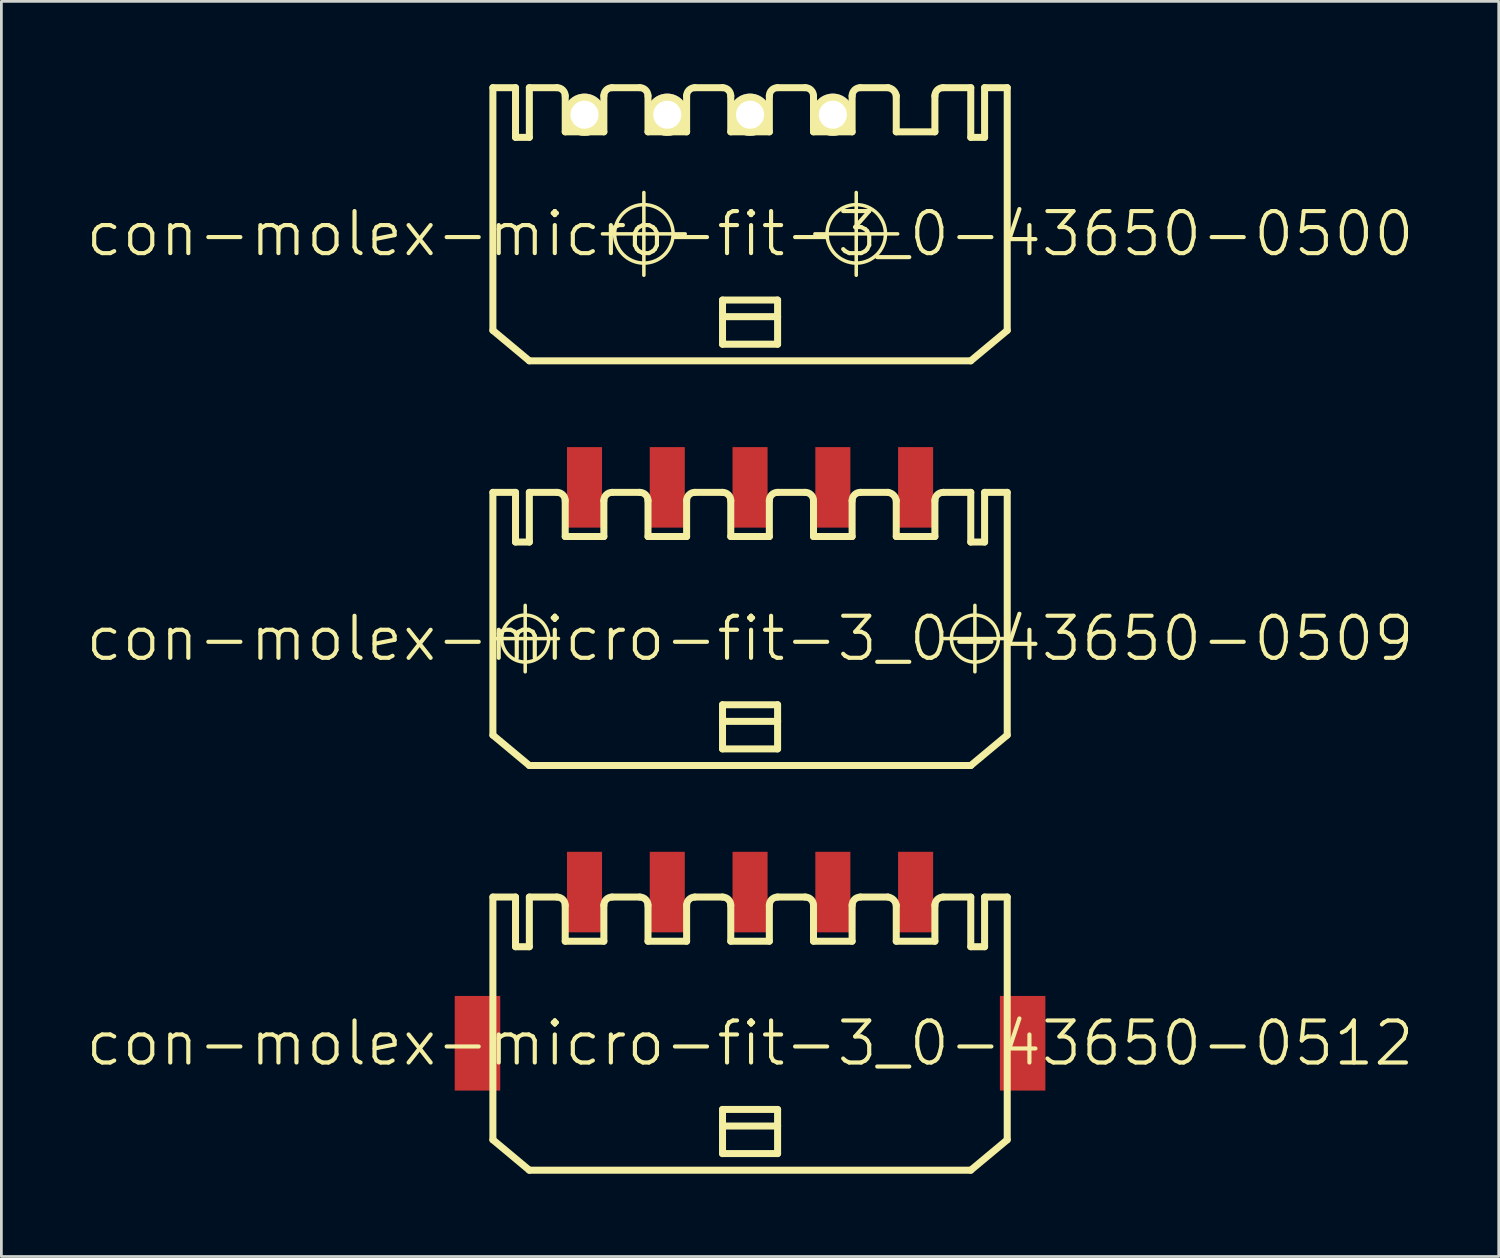
<source format=kicad_pcb>
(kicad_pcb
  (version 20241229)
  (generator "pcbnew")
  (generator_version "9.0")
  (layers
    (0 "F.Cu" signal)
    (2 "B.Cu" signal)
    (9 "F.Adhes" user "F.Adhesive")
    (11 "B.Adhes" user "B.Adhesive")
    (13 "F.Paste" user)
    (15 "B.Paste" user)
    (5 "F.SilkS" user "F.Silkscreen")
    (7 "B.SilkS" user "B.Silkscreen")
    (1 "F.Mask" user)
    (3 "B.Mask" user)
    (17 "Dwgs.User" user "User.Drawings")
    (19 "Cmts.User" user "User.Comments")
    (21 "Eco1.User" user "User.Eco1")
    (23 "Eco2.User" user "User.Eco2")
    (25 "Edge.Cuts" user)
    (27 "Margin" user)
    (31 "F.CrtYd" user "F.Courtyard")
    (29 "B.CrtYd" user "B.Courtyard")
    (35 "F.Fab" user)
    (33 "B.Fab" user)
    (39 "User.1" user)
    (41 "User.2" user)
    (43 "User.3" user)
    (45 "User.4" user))
  (footprint "con-molex-micro-fit-3_0-43650-0509"
    (layer "F.Cu")
    (at 24.13 20.09)
    (property "Reference" "con-molex-micro-fit-3_0-43650-0509" (at 0 0 0) (layer "F.SilkS") (effects (font (size 1.524 1.524) (thickness 0.15))))
    (attr smd)
    (fp_line (start -9.355 0) (end -6.944 0) (stroke (width 0.127) (type solid)) (layer "F.SilkS"))
    (fp_line (start -9.319 -5.298) (end -8.499 -5.298) (stroke (width 0.254) (type solid)) (layer "F.SilkS"))
    (fp_line (start -9.319 3.498) (end -9.319 -5.298) (stroke (width 0.254) (type solid)) (layer "F.SilkS"))
    (fp_line (start -9.319 3.498) (end -7.998 4.6) (stroke (width 0.254) (type solid)) (layer "F.SilkS"))
    (fp_line (start -8.499 -5.298) (end -8.499 -3.498) (stroke (width 0.254) (type solid)) (layer "F.SilkS"))
    (fp_line (start -8.499 -3.498) (end -7.998 -3.498) (stroke (width 0.254) (type solid)) (layer "F.SilkS"))
    (fp_line (start -8.148 1.204) (end -8.148 -1.204) (stroke (width 0.127) (type solid)) (layer "F.SilkS"))
    (fp_line (start -7.998 -5.298) (end -6.998 -5.298) (stroke (width 0.254) (type solid)) (layer "F.SilkS"))
    (fp_line (start -7.998 -3.498) (end -7.998 -5.298) (stroke (width 0.254) (type solid)) (layer "F.SilkS"))
    (fp_line (start -6.698 -3.698) (end -6.698 -4.999) (stroke (width 0.254) (type solid)) (layer "F.SilkS"))
    (fp_line (start -6.698 -3.698) (end -5.298 -3.698) (stroke (width 0.254) (type solid)) (layer "F.SilkS"))
    (fp_line (start -5.298 -3.698) (end -5.298 -4.999) (stroke (width 0.254) (type solid)) (layer "F.SilkS"))
    (fp_line (start -4.999 -5.298) (end -3.998 -5.298) (stroke (width 0.254) (type solid)) (layer "F.SilkS"))
    (fp_line (start -3.698 -3.698) (end -3.698 -4.999) (stroke (width 0.254) (type solid)) (layer "F.SilkS"))
    (fp_line (start -3.698 -3.698) (end -2.299 -3.698) (stroke (width 0.254) (type solid)) (layer "F.SilkS"))
    (fp_line (start -2.299 -3.698) (end -2.299 -4.999) (stroke (width 0.254) (type solid)) (layer "F.SilkS"))
    (fp_line (start -1.999 -5.298) (end -0.998 -5.298) (stroke (width 0.254) (type solid)) (layer "F.SilkS"))
    (fp_line (start -0.998 2.398) (end 0.998 2.398) (stroke (width 0.254) (type solid)) (layer "F.SilkS"))
    (fp_line (start -0.998 3) (end -0.998 2.398) (stroke (width 0.254) (type solid)) (layer "F.SilkS"))
    (fp_line (start -0.998 3) (end 0.998 3) (stroke (width 0.254) (type solid)) (layer "F.SilkS"))
    (fp_line (start -0.998 3.998) (end -0.998 3) (stroke (width 0.254) (type solid)) (layer "F.SilkS"))
    (fp_line (start -0.699 -3.698) (end -0.699 -4.999) (stroke (width 0.254) (type solid)) (layer "F.SilkS"))
    (fp_line (start -0.699 -3.698) (end 0.699 -3.698) (stroke (width 0.254) (type solid)) (layer "F.SilkS"))
    (fp_line (start 0.699 -3.698) (end 0.699 -4.999) (stroke (width 0.254) (type solid)) (layer "F.SilkS"))
    (fp_line (start 0.998 -5.298) (end 1.999 -5.298) (stroke (width 0.254) (type solid)) (layer "F.SilkS"))
    (fp_line (start 0.998 2.398) (end 0.998 3) (stroke (width 0.254) (type solid)) (layer "F.SilkS"))
    (fp_line (start 0.998 3) (end 0.998 3.998) (stroke (width 0.254) (type solid)) (layer "F.SilkS"))
    (fp_line (start 0.998 3.998) (end -0.998 3.998) (stroke (width 0.254) (type solid)) (layer "F.SilkS"))
    (fp_line (start 2.299 -3.698) (end 2.299 -4.999) (stroke (width 0.254) (type solid)) (layer "F.SilkS"))
    (fp_line (start 2.299 -3.698) (end 3.698 -3.698) (stroke (width 0.254) (type solid)) (layer "F.SilkS"))
    (fp_line (start 3.698 -3.698) (end 3.698 -4.999) (stroke (width 0.254) (type solid)) (layer "F.SilkS"))
    (fp_line (start 3.998 -5.298) (end 4.999 -5.298) (stroke (width 0.254) (type solid)) (layer "F.SilkS"))
    (fp_line (start 5.298 -4.999) (end 5.298 -3.698) (stroke (width 0.254) (type solid)) (layer "F.SilkS"))
    (fp_line (start 5.298 -3.698) (end 6.698 -3.698) (stroke (width 0.254) (type solid)) (layer "F.SilkS"))
    (fp_line (start 6.698 -3.698) (end 6.698 -4.999) (stroke (width 0.254) (type solid)) (layer "F.SilkS"))
    (fp_line (start 6.944 0) (end 9.355 0) (stroke (width 0.127) (type solid)) (layer "F.SilkS"))
    (fp_line (start 6.998 -5.298) (end 7.998 -5.298) (stroke (width 0.254) (type solid)) (layer "F.SilkS"))
    (fp_line (start 7.998 -3.498) (end 7.998 -5.298) (stroke (width 0.254) (type solid)) (layer "F.SilkS"))
    (fp_line (start 7.998 4.6) (end -7.998 4.6) (stroke (width 0.254) (type solid)) (layer "F.SilkS"))
    (fp_line (start 8.148 1.204) (end 8.148 -1.204) (stroke (width 0.127) (type solid)) (layer "F.SilkS"))
    (fp_line (start 8.499 -5.298) (end 8.499 -3.498) (stroke (width 0.254) (type solid)) (layer "F.SilkS"))
    (fp_line (start 8.499 -5.298) (end 9.319 -5.298) (stroke (width 0.254) (type solid)) (layer "F.SilkS"))
    (fp_line (start 8.499 -3.498) (end 7.998 -3.498) (stroke (width 0.254) (type solid)) (layer "F.SilkS"))
    (fp_line (start 9.319 -5.298) (end 9.319 3.498) (stroke (width 0.254) (type solid)) (layer "F.SilkS"))
    (fp_line (start 9.319 3.498) (end 7.998 4.6) (stroke (width 0.254) (type solid)) (layer "F.SilkS"))
    (fp_arc (start -6.9977 -5.29844) (mid -6.785766 -5.210654) (end -6.69798 -4.99872) (stroke (width 0.254) (type solid)) (layer "F.SilkS"))
    (fp_arc (start -5.29844 -4.99872) (mid -5.210654 -5.210654) (end -4.99872 -5.29844) (stroke (width 0.254) (type solid)) (layer "F.SilkS"))
    (fp_arc (start -3.99796 -5.29844) (mid -3.786026 -5.210654) (end -3.69824 -4.99872) (stroke (width 0.254) (type solid)) (layer "F.SilkS"))
    (fp_arc (start -2.2987 -4.99872) (mid -2.210914 -5.210654) (end -1.99898 -5.29844) (stroke (width 0.254) (type solid)) (layer "F.SilkS"))
    (fp_arc (start -0.99822 -5.29844) (mid -0.786286 -5.210654) (end -0.6985 -4.99872) (stroke (width 0.254) (type solid)) (layer "F.SilkS"))
    (fp_arc (start 0.6985 -4.99872) (mid 0.786286 -5.210654) (end 0.99822 -5.29844) (stroke (width 0.254) (type solid)) (layer "F.SilkS"))
    (fp_arc (start 1.99898 -5.29844) (mid 2.210914 -5.210654) (end 2.2987 -4.99872) (stroke (width 0.254) (type solid)) (layer "F.SilkS"))
    (fp_arc (start 3.69824 -4.99872) (mid 3.786026 -5.210654) (end 3.99796 -5.29844) (stroke (width 0.254) (type solid)) (layer "F.SilkS"))
    (fp_arc (start 4.99872 -5.29844) (mid 5.198785 -5.197943) (end 5.298609 -4.997541) (stroke (width 0.254) (type solid)) (layer "F.SilkS"))
    (fp_arc (start 6.69798 -4.99872) (mid 6.785766 -5.210654) (end 6.9977 -5.29844) (stroke (width 0.254) (type solid)) (layer "F.SilkS"))
    (fp_circle (center -8.148 0) (end -8.75 0.602) (stroke (width 0.127) (type solid)) (fill no) (layer "F.SilkS"))
    (fp_circle (center 8.148 0) (end 8.75 0.602) (stroke (width 0.127) (type solid)) (fill no) (layer "F.SilkS"))
    (pad "P$1" smd rect (at 5.999 -5.479) (size 1.27 2.918) (layers "F.Cu" "F.Mask" "F.Paste"))
    (pad "P$2" smd rect (at 3 -5.479) (size 1.27 2.918) (layers "F.Cu" "F.Mask" "F.Paste"))
    (pad "P$3" smd rect (at 0 -5.479) (size 1.27 2.918) (layers "F.Cu" "F.Mask" "F.Paste"))
    (pad "P$4" smd rect (at -3 -5.479) (size 1.27 2.918) (layers "F.Cu" "F.Mask" "F.Paste"))
    (pad "P$5" smd rect (at -5.999 -5.479) (size 1.27 2.918) (layers "F.Cu" "F.Mask" "F.Paste")))
  (footprint "con-molex-micro-fit-3_0-43650-0500"
    (layer "F.Cu")
    (at 24.13 5.425)
    (property "Reference" "con-molex-micro-fit-3_0-43650-0500" (at 0 0 0) (layer "F.SilkS") (effects (font (size 1.524 1.524) (thickness 0.15))))
    (attr exclude_from_pos_files exclude_from_bom)
    (fp_line (start -9.319 -5.298) (end -8.499 -5.298) (stroke (width 0.254) (type solid)) (layer "F.SilkS"))
    (fp_line (start -9.319 3.498) (end -9.319 -5.298) (stroke (width 0.254) (type solid)) (layer "F.SilkS"))
    (fp_line (start -9.319 3.498) (end -7.998 4.6) (stroke (width 0.254) (type solid)) (layer "F.SilkS"))
    (fp_line (start -8.499 -5.298) (end -8.499 -3.498) (stroke (width 0.254) (type solid)) (layer "F.SilkS"))
    (fp_line (start -8.499 -3.498) (end -7.998 -3.498) (stroke (width 0.254) (type solid)) (layer "F.SilkS"))
    (fp_line (start -7.998 -5.298) (end -6.998 -5.298) (stroke (width 0.254) (type solid)) (layer "F.SilkS"))
    (fp_line (start -7.998 -3.498) (end -7.998 -5.298) (stroke (width 0.254) (type solid)) (layer "F.SilkS"))
    (fp_line (start -6.698 -3.698) (end -6.698 -4.999) (stroke (width 0.254) (type solid)) (layer "F.SilkS"))
    (fp_line (start -6.698 -3.698) (end -5.298 -3.698) (stroke (width 0.254) (type solid)) (layer "F.SilkS"))
    (fp_line (start -5.349 0) (end -2.349 0) (stroke (width 0.127) (type solid)) (layer "F.SilkS"))
    (fp_line (start -5.298 -3.698) (end -5.298 -4.999) (stroke (width 0.254) (type solid)) (layer "F.SilkS"))
    (fp_line (start -4.999 -5.298) (end -3.998 -5.298) (stroke (width 0.254) (type solid)) (layer "F.SilkS"))
    (fp_line (start -3.848 1.499) (end -3.848 -1.499) (stroke (width 0.127) (type solid)) (layer "F.SilkS"))
    (fp_line (start -3.698 -3.698) (end -3.698 -4.999) (stroke (width 0.254) (type solid)) (layer "F.SilkS"))
    (fp_line (start -3.698 -3.698) (end -2.299 -3.698) (stroke (width 0.254) (type solid)) (layer "F.SilkS"))
    (fp_line (start -2.299 -3.698) (end -2.299 -4.999) (stroke (width 0.254) (type solid)) (layer "F.SilkS"))
    (fp_line (start -1.999 -5.298) (end -0.998 -5.298) (stroke (width 0.254) (type solid)) (layer "F.SilkS"))
    (fp_line (start -0.998 2.398) (end 0.998 2.398) (stroke (width 0.254) (type solid)) (layer "F.SilkS"))
    (fp_line (start -0.998 3) (end -0.998 2.398) (stroke (width 0.254) (type solid)) (layer "F.SilkS"))
    (fp_line (start -0.998 3) (end 0.998 3) (stroke (width 0.254) (type solid)) (layer "F.SilkS"))
    (fp_line (start -0.998 3.998) (end -0.998 3) (stroke (width 0.254) (type solid)) (layer "F.SilkS"))
    (fp_line (start -0.699 -3.698) (end -0.699 -4.999) (stroke (width 0.254) (type solid)) (layer "F.SilkS"))
    (fp_line (start -0.699 -3.698) (end 0.699 -3.698) (stroke (width 0.254) (type solid)) (layer "F.SilkS"))
    (fp_line (start 0.699 -3.698) (end 0.699 -4.999) (stroke (width 0.254) (type solid)) (layer "F.SilkS"))
    (fp_line (start 0.998 -5.298) (end 1.999 -5.298) (stroke (width 0.254) (type solid)) (layer "F.SilkS"))
    (fp_line (start 0.998 2.398) (end 0.998 3) (stroke (width 0.254) (type solid)) (layer "F.SilkS"))
    (fp_line (start 0.998 3) (end 0.998 3.998) (stroke (width 0.254) (type solid)) (layer "F.SilkS"))
    (fp_line (start 0.998 3.998) (end -0.998 3.998) (stroke (width 0.254) (type solid)) (layer "F.SilkS"))
    (fp_line (start 2.299 -3.698) (end 2.299 -4.999) (stroke (width 0.254) (type solid)) (layer "F.SilkS"))
    (fp_line (start 2.299 -3.698) (end 3.698 -3.698) (stroke (width 0.254) (type solid)) (layer "F.SilkS"))
    (fp_line (start 2.349 0) (end 5.349 0) (stroke (width 0.127) (type solid)) (layer "F.SilkS"))
    (fp_line (start 3.698 -3.698) (end 3.698 -4.999) (stroke (width 0.254) (type solid)) (layer "F.SilkS"))
    (fp_line (start 3.848 1.499) (end 3.848 -1.499) (stroke (width 0.127) (type solid)) (layer "F.SilkS"))
    (fp_line (start 3.998 -5.298) (end 4.999 -5.298) (stroke (width 0.254) (type solid)) (layer "F.SilkS"))
    (fp_line (start 5.298 -4.999) (end 5.298 -3.698) (stroke (width 0.254) (type solid)) (layer "F.SilkS"))
    (fp_line (start 5.298 -3.698) (end 6.698 -3.698) (stroke (width 0.254) (type solid)) (layer "F.SilkS"))
    (fp_line (start 6.698 -3.698) (end 6.698 -4.999) (stroke (width 0.254) (type solid)) (layer "F.SilkS"))
    (fp_line (start 6.998 -5.298) (end 7.998 -5.298) (stroke (width 0.254) (type solid)) (layer "F.SilkS"))
    (fp_line (start 7.998 -3.498) (end 7.998 -5.298) (stroke (width 0.254) (type solid)) (layer "F.SilkS"))
    (fp_line (start 7.998 4.6) (end -7.998 4.6) (stroke (width 0.254) (type solid)) (layer "F.SilkS"))
    (fp_line (start 8.499 -5.298) (end 8.499 -3.498) (stroke (width 0.254) (type solid)) (layer "F.SilkS"))
    (fp_line (start 8.499 -5.298) (end 9.319 -5.298) (stroke (width 0.254) (type solid)) (layer "F.SilkS"))
    (fp_line (start 8.499 -3.498) (end 7.998 -3.498) (stroke (width 0.254) (type solid)) (layer "F.SilkS"))
    (fp_line (start 9.319 -5.298) (end 9.319 3.498) (stroke (width 0.254) (type solid)) (layer "F.SilkS"))
    (fp_line (start 9.319 3.498) (end 7.998 4.6) (stroke (width 0.254) (type solid)) (layer "F.SilkS"))
    (fp_arc (start -6.9977 -5.29844) (mid -6.785766 -5.210654) (end -6.69798 -4.99872) (stroke (width 0.254) (type solid)) (layer "F.SilkS"))
    (fp_arc (start -5.29844 -4.99872) (mid -5.210654 -5.210654) (end -4.99872 -5.29844) (stroke (width 0.254) (type solid)) (layer "F.SilkS"))
    (fp_arc (start -3.99796 -5.29844) (mid -3.786026 -5.210654) (end -3.69824 -4.99872) (stroke (width 0.254) (type solid)) (layer "F.SilkS"))
    (fp_arc (start -2.2987 -4.99872) (mid -2.210914 -5.210654) (end -1.99898 -5.29844) (stroke (width 0.254) (type solid)) (layer "F.SilkS"))
    (fp_arc (start -0.99822 -5.29844) (mid -0.786286 -5.210654) (end -0.6985 -4.99872) (stroke (width 0.254) (type solid)) (layer "F.SilkS"))
    (fp_arc (start 0.6985 -4.99872) (mid 0.786286 -5.210654) (end 0.99822 -5.29844) (stroke (width 0.254) (type solid)) (layer "F.SilkS"))
    (fp_arc (start 1.99898 -5.29844) (mid 2.210914 -5.210654) (end 2.2987 -4.99872) (stroke (width 0.254) (type solid)) (layer "F.SilkS"))
    (fp_arc (start 3.69824 -4.99872) (mid 3.786026 -5.210654) (end 3.99796 -5.29844) (stroke (width 0.254) (type solid)) (layer "F.SilkS"))
    (fp_arc (start 4.99872 -5.29844) (mid 5.198785 -5.197943) (end 5.298609 -4.997541) (stroke (width 0.254) (type solid)) (layer "F.SilkS"))
    (fp_arc (start 6.69798 -4.99872) (mid 6.785766 -5.210654) (end 6.9977 -5.29844) (stroke (width 0.254) (type solid)) (layer "F.SilkS"))
    (fp_circle (center -3.848 0) (end -4.597 0.749) (stroke (width 0.127) (type solid)) (fill no) (layer "F.SilkS"))
    (fp_circle (center 3.848 0) (end 4.597 0.749) (stroke (width 0.127) (type solid)) (fill no) (layer "F.SilkS"))
    (pad "P$1" thru_hole rect (at 5.999 -4.318) (size 0.001 0.001) (drill 1.019) (layers "*.Cu" "F.Mask" "F.SilkS" "F.Paste"))
    (pad "P$2" thru_hole circle (at 3 -4.318) (size 1.529 1.529) (drill 1.019) (layers "*.Cu" "F.Mask" "F.SilkS" "F.Paste"))
    (pad "P$3" thru_hole circle (at 0 -4.318) (size 1.529 1.529) (drill 1.019) (layers "*.Cu" "F.Mask" "F.SilkS" "F.Paste"))
    (pad "P$4" thru_hole circle (at -3 -4.318) (size 1.529 1.529) (drill 1.019) (layers "*.Cu" "F.Mask" "F.SilkS" "F.Paste"))
    (pad "P$5" thru_hole circle (at -5.999 -4.318) (size 1.529 1.529) (drill 1.019) (layers "*.Cu" "F.Mask" "F.SilkS" "F.Paste")))
  (footprint "con-molex-micro-fit-3_0-43650-0512"
    (layer "F.Cu")
    (at 24.13 34.755)
    (property "Reference" "con-molex-micro-fit-3_0-43650-0512" (at 0 0 0) (layer "F.SilkS") (effects (font (size 1.524 1.524) (thickness 0.15))))
    (attr smd)
    (fp_line (start -9.319 -5.298) (end -8.499 -5.298) (stroke (width 0.254) (type solid)) (layer "F.SilkS"))
    (fp_line (start -9.319 3.498) (end -9.319 -5.298) (stroke (width 0.254) (type solid)) (layer "F.SilkS"))
    (fp_line (start -9.319 3.498) (end -7.998 4.6) (stroke (width 0.254) (type solid)) (layer "F.SilkS"))
    (fp_line (start -8.499 -5.298) (end -8.499 -3.498) (stroke (width 0.254) (type solid)) (layer "F.SilkS"))
    (fp_line (start -8.499 -3.498) (end -7.998 -3.498) (stroke (width 0.254) (type solid)) (layer "F.SilkS"))
    (fp_line (start -7.998 -5.298) (end -6.998 -5.298) (stroke (width 0.254) (type solid)) (layer "F.SilkS"))
    (fp_line (start -7.998 -3.498) (end -7.998 -5.298) (stroke (width 0.254) (type solid)) (layer "F.SilkS"))
    (fp_line (start -6.698 -3.698) (end -6.698 -4.999) (stroke (width 0.254) (type solid)) (layer "F.SilkS"))
    (fp_line (start -6.698 -3.698) (end -5.298 -3.698) (stroke (width 0.254) (type solid)) (layer "F.SilkS"))
    (fp_line (start -5.298 -3.698) (end -5.298 -4.999) (stroke (width 0.254) (type solid)) (layer "F.SilkS"))
    (fp_line (start -4.999 -5.298) (end -3.998 -5.298) (stroke (width 0.254) (type solid)) (layer "F.SilkS"))
    (fp_line (start -3.698 -3.698) (end -3.698 -4.999) (stroke (width 0.254) (type solid)) (layer "F.SilkS"))
    (fp_line (start -3.698 -3.698) (end -2.299 -3.698) (stroke (width 0.254) (type solid)) (layer "F.SilkS"))
    (fp_line (start -2.299 -3.698) (end -2.299 -4.999) (stroke (width 0.254) (type solid)) (layer "F.SilkS"))
    (fp_line (start -1.999 -5.298) (end -0.998 -5.298) (stroke (width 0.254) (type solid)) (layer "F.SilkS"))
    (fp_line (start -0.998 2.398) (end 0.998 2.398) (stroke (width 0.254) (type solid)) (layer "F.SilkS"))
    (fp_line (start -0.998 3) (end -0.998 2.398) (stroke (width 0.254) (type solid)) (layer "F.SilkS"))
    (fp_line (start -0.998 3) (end 0.998 3) (stroke (width 0.254) (type solid)) (layer "F.SilkS"))
    (fp_line (start -0.998 3.998) (end -0.998 3) (stroke (width 0.254) (type solid)) (layer "F.SilkS"))
    (fp_line (start -0.699 -3.698) (end -0.699 -4.999) (stroke (width 0.254) (type solid)) (layer "F.SilkS"))
    (fp_line (start -0.699 -3.698) (end 0.699 -3.698) (stroke (width 0.254) (type solid)) (layer "F.SilkS"))
    (fp_line (start 0.699 -3.698) (end 0.699 -4.999) (stroke (width 0.254) (type solid)) (layer "F.SilkS"))
    (fp_line (start 0.998 -5.298) (end 1.999 -5.298) (stroke (width 0.254) (type solid)) (layer "F.SilkS"))
    (fp_line (start 0.998 2.398) (end 0.998 3) (stroke (width 0.254) (type solid)) (layer "F.SilkS"))
    (fp_line (start 0.998 3) (end 0.998 3.998) (stroke (width 0.254) (type solid)) (layer "F.SilkS"))
    (fp_line (start 0.998 3.998) (end -0.998 3.998) (stroke (width 0.254) (type solid)) (layer "F.SilkS"))
    (fp_line (start 2.299 -3.698) (end 2.299 -4.999) (stroke (width 0.254) (type solid)) (layer "F.SilkS"))
    (fp_line (start 2.299 -3.698) (end 3.698 -3.698) (stroke (width 0.254) (type solid)) (layer "F.SilkS"))
    (fp_line (start 3.698 -3.698) (end 3.698 -4.999) (stroke (width 0.254) (type solid)) (layer "F.SilkS"))
    (fp_line (start 3.998 -5.298) (end 4.999 -5.298) (stroke (width 0.254) (type solid)) (layer "F.SilkS"))
    (fp_line (start 5.298 -4.999) (end 5.298 -3.698) (stroke (width 0.254) (type solid)) (layer "F.SilkS"))
    (fp_line (start 5.298 -3.698) (end 6.698 -3.698) (stroke (width 0.254) (type solid)) (layer "F.SilkS"))
    (fp_line (start 6.698 -3.698) (end 6.698 -4.999) (stroke (width 0.254) (type solid)) (layer "F.SilkS"))
    (fp_line (start 6.998 -5.298) (end 7.998 -5.298) (stroke (width 0.254) (type solid)) (layer "F.SilkS"))
    (fp_line (start 7.998 -3.498) (end 7.998 -5.298) (stroke (width 0.254) (type solid)) (layer "F.SilkS"))
    (fp_line (start 7.998 4.6) (end -7.998 4.6) (stroke (width 0.254) (type solid)) (layer "F.SilkS"))
    (fp_line (start 8.499 -5.298) (end 8.499 -3.498) (stroke (width 0.254) (type solid)) (layer "F.SilkS"))
    (fp_line (start 8.499 -5.298) (end 9.319 -5.298) (stroke (width 0.254) (type solid)) (layer "F.SilkS"))
    (fp_line (start 8.499 -3.498) (end 7.998 -3.498) (stroke (width 0.254) (type solid)) (layer "F.SilkS"))
    (fp_line (start 9.319 -5.298) (end 9.319 3.498) (stroke (width 0.254) (type solid)) (layer "F.SilkS"))
    (fp_line (start 9.319 3.498) (end 7.998 4.6) (stroke (width 0.254) (type solid)) (layer "F.SilkS"))
    (fp_arc (start -6.9977 -5.29844) (mid -6.785766 -5.210654) (end -6.69798 -4.99872) (stroke (width 0.254) (type solid)) (layer "F.SilkS"))
    (fp_arc (start -5.29844 -4.99872) (mid -5.210654 -5.210654) (end -4.99872 -5.29844) (stroke (width 0.254) (type solid)) (layer "F.SilkS"))
    (fp_arc (start -3.99796 -5.29844) (mid -3.786026 -5.210654) (end -3.69824 -4.99872) (stroke (width 0.254) (type solid)) (layer "F.SilkS"))
    (fp_arc (start -2.2987 -4.99872) (mid -2.210914 -5.210654) (end -1.99898 -5.29844) (stroke (width 0.254) (type solid)) (layer "F.SilkS"))
    (fp_arc (start -0.99822 -5.29844) (mid -0.786286 -5.210654) (end -0.6985 -4.99872) (stroke (width 0.254) (type solid)) (layer "F.SilkS"))
    (fp_arc (start 0.6985 -4.99872) (mid 0.786286 -5.210654) (end 0.99822 -5.29844) (stroke (width 0.254) (type solid)) (layer "F.SilkS"))
    (fp_arc (start 1.99898 -5.29844) (mid 2.210914 -5.210654) (end 2.2987 -4.99872) (stroke (width 0.254) (type solid)) (layer "F.SilkS"))
    (fp_arc (start 3.69824 -4.99872) (mid 3.786026 -5.210654) (end 3.99796 -5.29844) (stroke (width 0.254) (type solid)) (layer "F.SilkS"))
    (fp_arc (start 4.99872 -5.29844) (mid 5.198785 -5.197943) (end 5.298609 -4.997541) (stroke (width 0.254) (type solid)) (layer "F.SilkS"))
    (fp_arc (start 6.69798 -4.99872) (mid 6.785766 -5.210654) (end 6.9977 -5.29844) (stroke (width 0.254) (type solid)) (layer "F.SilkS"))
    (pad "P$1" smd rect (at 5.999 -5.479) (size 1.27 2.918) (layers "F.Cu" "F.Mask" "F.Paste"))
    (pad "P$2" smd rect (at 3 -5.479) (size 1.27 2.918) (layers "F.Cu" "F.Mask" "F.Paste"))
    (pad "P$3" smd rect (at 0 -5.479) (size 1.27 2.918) (layers "F.Cu" "F.Mask" "F.Paste"))
    (pad "P$4" smd rect (at -3 -5.479) (size 1.27 2.918) (layers "F.Cu" "F.Mask" "F.Paste"))
    (pad "P$5" smd rect (at -5.999 -5.479) (size 1.27 2.918) (layers "F.Cu" "F.Mask" "F.Paste"))
    (pad "TAB1" smd rect (at 9.878 0) (size 1.648 3.429) (layers "F.Cu" "F.Mask" "F.Paste"))
    (pad "TAB2" smd rect (at -9.878 0) (size 1.648 3.429) (layers "F.Cu" "F.Mask" "F.Paste")))
  (gr_rect
    (start -3 -3)
    (end 51.26 42.482)
    (stroke (width 0.1) (type default))
    (fill no)
    (layer "Edge.Cuts")))
</source>
